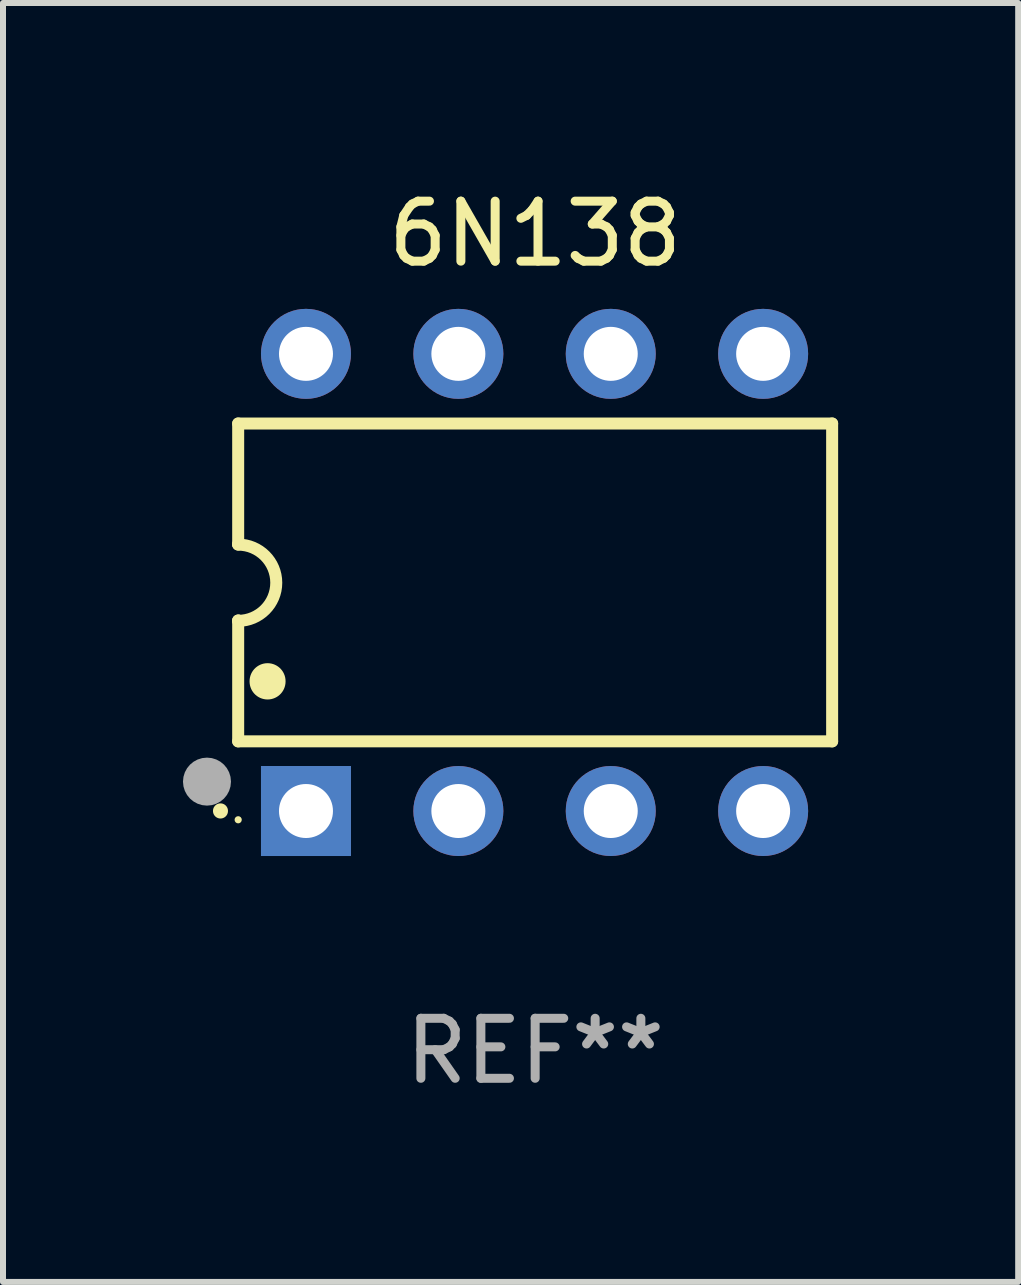
<source format=kicad_pcb>
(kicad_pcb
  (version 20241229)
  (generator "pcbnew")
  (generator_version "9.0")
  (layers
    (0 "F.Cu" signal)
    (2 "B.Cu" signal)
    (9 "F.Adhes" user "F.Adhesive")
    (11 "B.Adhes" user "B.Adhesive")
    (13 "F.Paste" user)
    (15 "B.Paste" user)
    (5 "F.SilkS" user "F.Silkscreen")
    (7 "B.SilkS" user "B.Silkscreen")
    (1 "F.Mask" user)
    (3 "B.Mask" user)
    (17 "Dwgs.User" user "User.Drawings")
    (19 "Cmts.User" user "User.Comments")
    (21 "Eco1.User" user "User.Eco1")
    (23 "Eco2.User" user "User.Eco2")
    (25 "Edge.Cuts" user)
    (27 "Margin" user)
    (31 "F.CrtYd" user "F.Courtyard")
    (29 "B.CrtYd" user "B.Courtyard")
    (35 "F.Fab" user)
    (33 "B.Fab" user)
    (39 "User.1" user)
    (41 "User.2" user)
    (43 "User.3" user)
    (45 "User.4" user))
  (footprint "6N138"
    (layer "F.Cu")
    (at 5.87 6.658)
    (property "Reference" "6N138" (at 0 -5.81 0) (layer "F.SilkS") (effects (font (size 1 1) (thickness 0.15))))
    (attr through_hole)
    (fp_line (start -4.95 -2.649) (end 4.95 -2.649) (stroke (width 0.2) (type solid)) (layer "F.SilkS"))
    (fp_line (start -4.95 -0.635) (end -4.95 -2.649) (stroke (width 0.2) (type solid)) (layer "F.SilkS"))
    (fp_line (start -4.95 0.635) (end -4.95 0.64) (stroke (width 0.2) (type solid)) (layer "F.SilkS"))
    (fp_line (start -4.95 2.649) (end -4.95 0.635) (stroke (width 0.2) (type solid)) (layer "F.SilkS"))
    (fp_line (start -4.95 -0.64) (end -4.95 -0.635) (stroke (width 0.2) (type solid)) (layer "F.SilkS"))
    (fp_line (start 4.95 -2.649) (end 4.95 2.649) (stroke (width 0.2) (type solid)) (layer "F.SilkS"))
    (fp_line (start 4.95 2.649) (end -4.95 2.649) (stroke (width 0.2) (type solid)) (layer "F.SilkS"))
    (fp_arc (start -5.24511 3.810008) (mid -5.245117 3.808738) (end -5.24511 3.807468) (stroke (width 0.25) (type solid)) (layer "F.SilkS"))
    (fp_arc (start -4.950165 -0.629997) (mid -4.315164 0.005004) (end -4.950165 0.640005) (stroke (width 0.2) (type solid)) (layer "F.SilkS"))
    (fp_arc (start -4.460249 1.651003) (mid -4.46026 1.648463) (end -4.460249 1.645923) (stroke (width 0.6) (type solid)) (layer "F.SilkS"))
    (fp_circle (center -4.95 3.956) (end -4.92 3.956) (stroke (width 0.06) (type solid)) (fill no) (layer "F.SilkS"))
    (fp_circle (center -5.47 3.32) (end -5.27 3.32) (stroke (width 0.4) (type solid)) (fill no) (layer "F.Fab"))
    (fp_text user "REF**" (at 0 7.81 0) (layer "F.Fab") (effects (font (size 1 1) (thickness 0.15))))
    (pad "1" thru_hole rect (at -3.82 3.81) (size 1.5 1.5) (drill 0.9) (layers "*.Cu" "*.Mask"))
    (pad "2" thru_hole circle (at -1.28 3.81) (size 1.5 1.5) (drill 0.9) (layers "*.Cu" "*.Mask"))
    (pad "3" thru_hole circle (at 1.26 3.81) (size 1.5 1.5) (drill 0.9) (layers "*.Cu" "*.Mask"))
    (pad "4" thru_hole circle (at 3.8 3.81) (size 1.5 1.5) (drill 0.9) (layers "*.Cu" "*.Mask"))
    (pad "5" thru_hole circle (at 3.8 -3.81) (size 1.5 1.5) (drill 0.9) (layers "*.Cu" "*.Mask"))
    (pad "6" thru_hole circle (at 1.26 -3.81) (size 1.5 1.5) (drill 0.9) (layers "*.Cu" "*.Mask"))
    (pad "7" thru_hole circle (at -1.28 -3.81) (size 1.5 1.5) (drill 0.9) (layers "*.Cu" "*.Mask"))
    (pad "8" thru_hole circle (at -3.82 -3.81) (size 1.5 1.5) (drill 0.9) (layers "*.Cu" "*.Mask")))
  (gr_rect
    (start -3 -3)
    (end 13.921 18.317)
    (stroke (width 0.1) (type default))
    (fill no)
    (layer "Edge.Cuts")))
</source>
